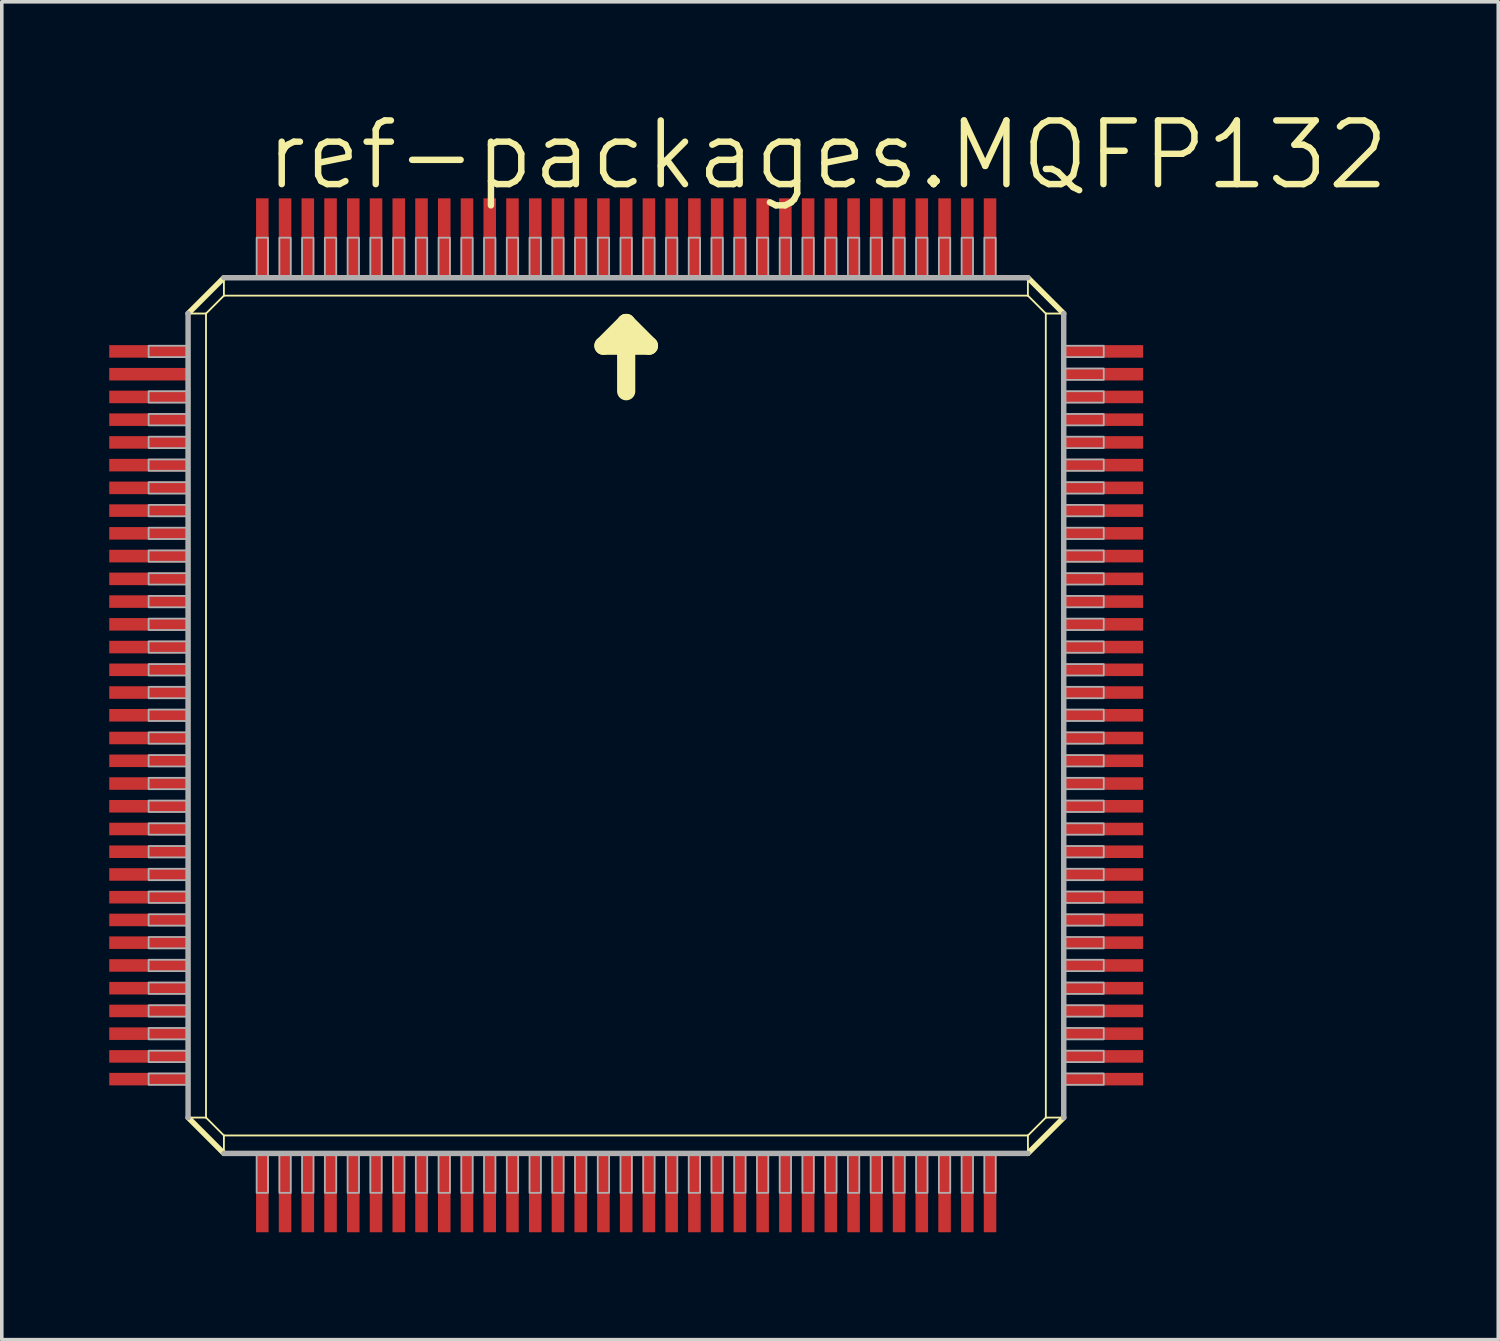
<source format=kicad_pcb>
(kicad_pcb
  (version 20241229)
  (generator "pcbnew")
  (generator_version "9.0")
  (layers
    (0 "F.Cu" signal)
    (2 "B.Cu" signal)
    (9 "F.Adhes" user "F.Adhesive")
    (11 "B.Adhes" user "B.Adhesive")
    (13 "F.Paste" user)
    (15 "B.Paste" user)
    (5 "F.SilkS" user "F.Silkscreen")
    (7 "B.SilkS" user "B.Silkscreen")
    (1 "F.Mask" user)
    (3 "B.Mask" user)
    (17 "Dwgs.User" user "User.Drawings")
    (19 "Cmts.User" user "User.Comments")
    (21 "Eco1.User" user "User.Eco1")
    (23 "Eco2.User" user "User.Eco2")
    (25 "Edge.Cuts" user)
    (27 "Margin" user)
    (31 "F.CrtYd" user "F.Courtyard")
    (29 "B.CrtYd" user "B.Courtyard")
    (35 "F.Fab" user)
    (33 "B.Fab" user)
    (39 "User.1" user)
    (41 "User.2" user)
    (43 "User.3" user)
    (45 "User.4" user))
  (footprint "ref-packages.MQFP132"
    (layer "F.Cu")
    (at 14.435 16.288)
    (property "Reference" "ref-packages.MQFP132" (at -10.16 -13.97 0) (layer "F.SilkS") (effects (font (size 1.778 1.778) (thickness 0.18)) (justify left bottom)))
    (attr smd)
    (fp_line (start -12.233 -10.583) (end -11.733 -10.583) (stroke (width 0.051) (type default)) (layer "F.SilkS"))
    (fp_line (start -12.233 -10.583) (end -11.233 -11.583) (stroke (width 0.152) (type default)) (layer "F.SilkS"))
    (fp_line (start -12.233 11.868) (end -11.733 11.868) (stroke (width 0.051) (type default)) (layer "F.SilkS"))
    (fp_line (start -11.733 -10.583) (end -11.233 -11.083) (stroke (width 0.051) (type default)) (layer "F.SilkS"))
    (fp_line (start -11.733 11.868) (end -11.733 -10.583) (stroke (width 0.051) (type default)) (layer "F.SilkS"))
    (fp_line (start -11.233 -11.583) (end -11.233 -11.083) (stroke (width 0.051) (type default)) (layer "F.SilkS"))
    (fp_line (start -11.233 -11.083) (end 11.217 -11.083) (stroke (width 0.051) (type default)) (layer "F.SilkS"))
    (fp_line (start -11.233 12.368) (end -11.733 11.868) (stroke (width 0.051) (type default)) (layer "F.SilkS"))
    (fp_line (start -11.233 12.868) (end -12.233 11.868) (stroke (width 0.152) (type default)) (layer "F.SilkS"))
    (fp_line (start -11.233 12.868) (end -11.233 12.368) (stroke (width 0.051) (type default)) (layer "F.SilkS"))
    (fp_line (start -0.635 -9.684) (end 0 -10.319) (stroke (width 0.508) (type default)) (layer "F.SilkS"))
    (fp_line (start 0 -10.319) (end 0 -8.414) (stroke (width 0.508) (type default)) (layer "F.SilkS"))
    (fp_line (start 0 -10.319) (end 0.635 -9.684) (stroke (width 0.508) (type default)) (layer "F.SilkS"))
    (fp_line (start 0.635 -9.684) (end -0.635 -9.684) (stroke (width 0.508) (type default)) (layer "F.SilkS"))
    (fp_line (start 11.217 -11.583) (end 11.217 -11.083) (stroke (width 0.051) (type default)) (layer "F.SilkS"))
    (fp_line (start 11.217 -11.583) (end 12.217 -10.583) (stroke (width 0.152) (type default)) (layer "F.SilkS"))
    (fp_line (start 11.217 -11.083) (end 11.717 -10.583) (stroke (width 0.051) (type default)) (layer "F.SilkS"))
    (fp_line (start 11.218 12.368) (end -11.233 12.368) (stroke (width 0.051) (type default)) (layer "F.SilkS"))
    (fp_line (start 11.218 12.868) (end 11.218 12.368) (stroke (width 0.051) (type default)) (layer "F.SilkS"))
    (fp_line (start 11.717 -10.583) (end 11.718 11.868) (stroke (width 0.051) (type default)) (layer "F.SilkS"))
    (fp_line (start 11.718 11.868) (end 11.218 12.368) (stroke (width 0.051) (type default)) (layer "F.SilkS"))
    (fp_line (start 12.217 -10.583) (end 11.717 -10.583) (stroke (width 0.051) (type default)) (layer "F.SilkS"))
    (fp_line (start 12.218 11.868) (end 11.218 12.868) (stroke (width 0.152) (type default)) (layer "F.SilkS"))
    (fp_line (start 12.218 11.868) (end 11.718 11.868) (stroke (width 0.051) (type default)) (layer "F.SilkS"))
    (fp_line (start -12.233 11.868) (end -12.233 -10.583) (stroke (width 0.152) (type default)) (layer "F.Fab"))
    (fp_line (start -11.233 -11.583) (end 11.217 -11.583) (stroke (width 0.152) (type default)) (layer "F.Fab"))
    (fp_line (start 11.218 12.868) (end -11.233 12.868) (stroke (width 0.152) (type default)) (layer "F.Fab"))
    (fp_line (start 12.217 -10.583) (end 12.218 11.868) (stroke (width 0.152) (type default)) (layer "F.Fab"))
    (fp_rect (start -13.335 -9.366) (end -12.224 -9.684) (stroke (width 0.05) (type default)) (fill no) (layer "F.Fab"))
    (fp_rect (start -13.335 -8.096) (end -12.224 -8.414) (stroke (width 0.05) (type default)) (fill no) (layer "F.Fab"))
    (fp_rect (start -13.335 -7.461) (end -12.224 -7.779) (stroke (width 0.05) (type default)) (fill no) (layer "F.Fab"))
    (fp_rect (start -13.335 -6.826) (end -12.224 -7.144) (stroke (width 0.05) (type default)) (fill no) (layer "F.Fab"))
    (fp_rect (start -13.335 -6.191) (end -12.224 -6.509) (stroke (width 0.05) (type default)) (fill no) (layer "F.Fab"))
    (fp_rect (start -13.335 -5.556) (end -12.224 -5.874) (stroke (width 0.05) (type default)) (fill no) (layer "F.Fab"))
    (fp_rect (start -13.335 -4.921) (end -12.224 -5.239) (stroke (width 0.05) (type default)) (fill no) (layer "F.Fab"))
    (fp_rect (start -13.335 -4.286) (end -12.224 -4.604) (stroke (width 0.05) (type default)) (fill no) (layer "F.Fab"))
    (fp_rect (start -13.335 -3.651) (end -12.224 -3.969) (stroke (width 0.05) (type default)) (fill no) (layer "F.Fab"))
    (fp_rect (start -13.335 -3.016) (end -12.224 -3.334) (stroke (width 0.05) (type default)) (fill no) (layer "F.Fab"))
    (fp_rect (start -13.335 -2.381) (end -12.224 -2.699) (stroke (width 0.05) (type default)) (fill no) (layer "F.Fab"))
    (fp_rect (start -13.335 -1.746) (end -12.224 -2.064) (stroke (width 0.05) (type default)) (fill no) (layer "F.Fab"))
    (fp_rect (start -13.335 -1.111) (end -12.224 -1.429) (stroke (width 0.05) (type default)) (fill no) (layer "F.Fab"))
    (fp_rect (start -13.335 -0.476) (end -12.224 -0.794) (stroke (width 0.05) (type default)) (fill no) (layer "F.Fab"))
    (fp_rect (start -13.335 0.159) (end -12.224 -0.159) (stroke (width 0.05) (type default)) (fill no) (layer "F.Fab"))
    (fp_rect (start -13.335 0.794) (end -12.224 0.476) (stroke (width 0.05) (type default)) (fill no) (layer "F.Fab"))
    (fp_rect (start -13.335 1.429) (end -12.224 1.111) (stroke (width 0.05) (type default)) (fill no) (layer "F.Fab"))
    (fp_rect (start -13.335 2.064) (end -12.224 1.746) (stroke (width 0.05) (type default)) (fill no) (layer "F.Fab"))
    (fp_rect (start -13.335 2.699) (end -12.224 2.381) (stroke (width 0.05) (type default)) (fill no) (layer "F.Fab"))
    (fp_rect (start -13.335 3.334) (end -12.224 3.016) (stroke (width 0.05) (type default)) (fill no) (layer "F.Fab"))
    (fp_rect (start -13.335 3.969) (end -12.224 3.651) (stroke (width 0.05) (type default)) (fill no) (layer "F.Fab"))
    (fp_rect (start -13.335 4.604) (end -12.224 4.286) (stroke (width 0.05) (type default)) (fill no) (layer "F.Fab"))
    (fp_rect (start -13.335 5.239) (end -12.224 4.921) (stroke (width 0.05) (type default)) (fill no) (layer "F.Fab"))
    (fp_rect (start -13.335 5.874) (end -12.224 5.556) (stroke (width 0.05) (type default)) (fill no) (layer "F.Fab"))
    (fp_rect (start -13.335 6.509) (end -12.224 6.191) (stroke (width 0.05) (type default)) (fill no) (layer "F.Fab"))
    (fp_rect (start -13.335 7.144) (end -12.224 6.826) (stroke (width 0.05) (type default)) (fill no) (layer "F.Fab"))
    (fp_rect (start -13.335 7.779) (end -12.224 7.461) (stroke (width 0.05) (type default)) (fill no) (layer "F.Fab"))
    (fp_rect (start -13.335 8.414) (end -12.224 8.096) (stroke (width 0.05) (type default)) (fill no) (layer "F.Fab"))
    (fp_rect (start -13.335 9.049) (end -12.224 8.731) (stroke (width 0.05) (type default)) (fill no) (layer "F.Fab"))
    (fp_rect (start -13.335 9.684) (end -12.224 9.366) (stroke (width 0.05) (type default)) (fill no) (layer "F.Fab"))
    (fp_rect (start -13.335 10.319) (end -12.224 10.001) (stroke (width 0.05) (type default)) (fill no) (layer "F.Fab"))
    (fp_rect (start -13.335 10.954) (end -12.224 10.636) (stroke (width 0.05) (type default)) (fill no) (layer "F.Fab"))
    (fp_rect (start -10.319 -11.589) (end -10.001 -12.7) (stroke (width 0.05) (type default)) (fill no) (layer "F.Fab"))
    (fp_rect (start -10.319 13.97) (end -10.001 12.859) (stroke (width 0.05) (type default)) (fill no) (layer "F.Fab"))
    (fp_rect (start -9.684 -11.589) (end -9.366 -12.7) (stroke (width 0.05) (type default)) (fill no) (layer "F.Fab"))
    (fp_rect (start -9.684 13.97) (end -9.366 12.859) (stroke (width 0.05) (type default)) (fill no) (layer "F.Fab"))
    (fp_rect (start -9.049 -11.589) (end -8.731 -12.7) (stroke (width 0.05) (type default)) (fill no) (layer "F.Fab"))
    (fp_rect (start -9.049 13.97) (end -8.731 12.859) (stroke (width 0.05) (type default)) (fill no) (layer "F.Fab"))
    (fp_rect (start -8.414 -11.589) (end -8.096 -12.7) (stroke (width 0.05) (type default)) (fill no) (layer "F.Fab"))
    (fp_rect (start -8.414 13.97) (end -8.096 12.859) (stroke (width 0.05) (type default)) (fill no) (layer "F.Fab"))
    (fp_rect (start -7.779 -11.589) (end -7.461 -12.7) (stroke (width 0.05) (type default)) (fill no) (layer "F.Fab"))
    (fp_rect (start -7.779 13.97) (end -7.461 12.859) (stroke (width 0.05) (type default)) (fill no) (layer "F.Fab"))
    (fp_rect (start -7.144 -11.589) (end -6.826 -12.7) (stroke (width 0.05) (type default)) (fill no) (layer "F.Fab"))
    (fp_rect (start -7.144 13.97) (end -6.826 12.859) (stroke (width 0.05) (type default)) (fill no) (layer "F.Fab"))
    (fp_rect (start -6.509 -11.589) (end -6.191 -12.7) (stroke (width 0.05) (type default)) (fill no) (layer "F.Fab"))
    (fp_rect (start -6.509 13.97) (end -6.191 12.859) (stroke (width 0.05) (type default)) (fill no) (layer "F.Fab"))
    (fp_rect (start -5.874 -11.589) (end -5.556 -12.7) (stroke (width 0.05) (type default)) (fill no) (layer "F.Fab"))
    (fp_rect (start -5.874 13.97) (end -5.556 12.859) (stroke (width 0.05) (type default)) (fill no) (layer "F.Fab"))
    (fp_rect (start -5.239 -11.589) (end -4.921 -12.7) (stroke (width 0.05) (type default)) (fill no) (layer "F.Fab"))
    (fp_rect (start -5.239 13.97) (end -4.921 12.859) (stroke (width 0.05) (type default)) (fill no) (layer "F.Fab"))
    (fp_rect (start -4.604 -11.589) (end -4.286 -12.7) (stroke (width 0.05) (type default)) (fill no) (layer "F.Fab"))
    (fp_rect (start -4.604 13.97) (end -4.286 12.859) (stroke (width 0.05) (type default)) (fill no) (layer "F.Fab"))
    (fp_rect (start -3.969 -11.589) (end -3.651 -12.7) (stroke (width 0.05) (type default)) (fill no) (layer "F.Fab"))
    (fp_rect (start -3.969 13.97) (end -3.651 12.859) (stroke (width 0.05) (type default)) (fill no) (layer "F.Fab"))
    (fp_rect (start -3.334 -11.589) (end -3.016 -12.7) (stroke (width 0.05) (type default)) (fill no) (layer "F.Fab"))
    (fp_rect (start -3.334 13.97) (end -3.016 12.859) (stroke (width 0.05) (type default)) (fill no) (layer "F.Fab"))
    (fp_rect (start -2.699 -11.589) (end -2.381 -12.7) (stroke (width 0.05) (type default)) (fill no) (layer "F.Fab"))
    (fp_rect (start -2.699 13.97) (end -2.381 12.859) (stroke (width 0.05) (type default)) (fill no) (layer "F.Fab"))
    (fp_rect (start -2.064 -11.589) (end -1.746 -12.7) (stroke (width 0.05) (type default)) (fill no) (layer "F.Fab"))
    (fp_rect (start -2.064 13.97) (end -1.746 12.859) (stroke (width 0.05) (type default)) (fill no) (layer "F.Fab"))
    (fp_rect (start -1.429 -11.589) (end -1.111 -12.7) (stroke (width 0.05) (type default)) (fill no) (layer "F.Fab"))
    (fp_rect (start -1.429 13.97) (end -1.111 12.859) (stroke (width 0.05) (type default)) (fill no) (layer "F.Fab"))
    (fp_rect (start -0.794 -11.589) (end -0.476 -12.7) (stroke (width 0.05) (type default)) (fill no) (layer "F.Fab"))
    (fp_rect (start -0.794 13.97) (end -0.476 12.859) (stroke (width 0.05) (type default)) (fill no) (layer "F.Fab"))
    (fp_rect (start -0.159 -11.589) (end 0.159 -12.7) (stroke (width 0.05) (type default)) (fill no) (layer "F.Fab"))
    (fp_rect (start -0.159 13.97) (end 0.159 12.859) (stroke (width 0.05) (type default)) (fill no) (layer "F.Fab"))
    (fp_rect (start 0.476 -11.589) (end 0.794 -12.7) (stroke (width 0.05) (type default)) (fill no) (layer "F.Fab"))
    (fp_rect (start 0.476 13.97) (end 0.794 12.859) (stroke (width 0.05) (type default)) (fill no) (layer "F.Fab"))
    (fp_rect (start 1.111 -11.589) (end 1.429 -12.7) (stroke (width 0.05) (type default)) (fill no) (layer "F.Fab"))
    (fp_rect (start 1.111 13.97) (end 1.429 12.859) (stroke (width 0.05) (type default)) (fill no) (layer "F.Fab"))
    (fp_rect (start 1.746 -11.589) (end 2.064 -12.7) (stroke (width 0.05) (type default)) (fill no) (layer "F.Fab"))
    (fp_rect (start 1.746 13.97) (end 2.064 12.859) (stroke (width 0.05) (type default)) (fill no) (layer "F.Fab"))
    (fp_rect (start 2.381 -11.589) (end 2.699 -12.7) (stroke (width 0.05) (type default)) (fill no) (layer "F.Fab"))
    (fp_rect (start 2.381 13.97) (end 2.699 12.859) (stroke (width 0.05) (type default)) (fill no) (layer "F.Fab"))
    (fp_rect (start 3.016 -11.589) (end 3.334 -12.7) (stroke (width 0.05) (type default)) (fill no) (layer "F.Fab"))
    (fp_rect (start 3.016 13.97) (end 3.334 12.859) (stroke (width 0.05) (type default)) (fill no) (layer "F.Fab"))
    (fp_rect (start 3.651 -11.589) (end 3.969 -12.7) (stroke (width 0.05) (type default)) (fill no) (layer "F.Fab"))
    (fp_rect (start 3.651 13.97) (end 3.969 12.859) (stroke (width 0.05) (type default)) (fill no) (layer "F.Fab"))
    (fp_rect (start 4.286 -11.589) (end 4.604 -12.7) (stroke (width 0.05) (type default)) (fill no) (layer "F.Fab"))
    (fp_rect (start 4.286 13.97) (end 4.604 12.859) (stroke (width 0.05) (type default)) (fill no) (layer "F.Fab"))
    (fp_rect (start 4.921 -11.589) (end 5.239 -12.7) (stroke (width 0.05) (type default)) (fill no) (layer "F.Fab"))
    (fp_rect (start 4.921 13.97) (end 5.239 12.859) (stroke (width 0.05) (type default)) (fill no) (layer "F.Fab"))
    (fp_rect (start 5.556 -11.589) (end 5.874 -12.7) (stroke (width 0.05) (type default)) (fill no) (layer "F.Fab"))
    (fp_rect (start 5.556 13.97) (end 5.874 12.859) (stroke (width 0.05) (type default)) (fill no) (layer "F.Fab"))
    (fp_rect (start 6.191 -11.589) (end 6.509 -12.7) (stroke (width 0.05) (type default)) (fill no) (layer "F.Fab"))
    (fp_rect (start 6.191 13.97) (end 6.509 12.859) (stroke (width 0.05) (type default)) (fill no) (layer "F.Fab"))
    (fp_rect (start 6.826 -11.589) (end 7.144 -12.7) (stroke (width 0.05) (type default)) (fill no) (layer "F.Fab"))
    (fp_rect (start 6.826 13.97) (end 7.144 12.859) (stroke (width 0.05) (type default)) (fill no) (layer "F.Fab"))
    (fp_rect (start 7.461 -11.589) (end 7.779 -12.7) (stroke (width 0.05) (type default)) (fill no) (layer "F.Fab"))
    (fp_rect (start 7.461 13.97) (end 7.779 12.859) (stroke (width 0.05) (type default)) (fill no) (layer "F.Fab"))
    (fp_rect (start 8.096 -11.589) (end 8.414 -12.7) (stroke (width 0.05) (type default)) (fill no) (layer "F.Fab"))
    (fp_rect (start 8.096 13.97) (end 8.414 12.859) (stroke (width 0.05) (type default)) (fill no) (layer "F.Fab"))
    (fp_rect (start 8.731 -11.589) (end 9.049 -12.7) (stroke (width 0.05) (type default)) (fill no) (layer "F.Fab"))
    (fp_rect (start 8.731 13.97) (end 9.049 12.859) (stroke (width 0.05) (type default)) (fill no) (layer "F.Fab"))
    (fp_rect (start 9.366 -11.589) (end 9.684 -12.7) (stroke (width 0.05) (type default)) (fill no) (layer "F.Fab"))
    (fp_rect (start 9.366 13.97) (end 9.684 12.859) (stroke (width 0.05) (type default)) (fill no) (layer "F.Fab"))
    (fp_rect (start 10.001 -11.589) (end 10.319 -12.7) (stroke (width 0.05) (type default)) (fill no) (layer "F.Fab"))
    (fp_rect (start 10.001 13.97) (end 10.319 12.859) (stroke (width 0.05) (type default)) (fill no) (layer "F.Fab"))
    (fp_rect (start 12.224 -9.366) (end 13.335 -9.684) (stroke (width 0.05) (type default)) (fill no) (layer "F.Fab"))
    (fp_rect (start 12.224 -8.731) (end 13.335 -9.049) (stroke (width 0.05) (type default)) (fill no) (layer "F.Fab"))
    (fp_rect (start 12.224 -8.096) (end 13.335 -8.414) (stroke (width 0.05) (type default)) (fill no) (layer "F.Fab"))
    (fp_rect (start 12.224 -7.461) (end 13.335 -7.779) (stroke (width 0.05) (type default)) (fill no) (layer "F.Fab"))
    (fp_rect (start 12.224 -6.826) (end 13.335 -7.144) (stroke (width 0.05) (type default)) (fill no) (layer "F.Fab"))
    (fp_rect (start 12.224 -6.191) (end 13.335 -6.509) (stroke (width 0.05) (type default)) (fill no) (layer "F.Fab"))
    (fp_rect (start 12.224 -5.556) (end 13.335 -5.874) (stroke (width 0.05) (type default)) (fill no) (layer "F.Fab"))
    (fp_rect (start 12.224 -4.921) (end 13.335 -5.239) (stroke (width 0.05) (type default)) (fill no) (layer "F.Fab"))
    (fp_rect (start 12.224 -4.286) (end 13.335 -4.604) (stroke (width 0.05) (type default)) (fill no) (layer "F.Fab"))
    (fp_rect (start 12.224 -3.651) (end 13.335 -3.969) (stroke (width 0.05) (type default)) (fill no) (layer "F.Fab"))
    (fp_rect (start 12.224 -3.016) (end 13.335 -3.334) (stroke (width 0.05) (type default)) (fill no) (layer "F.Fab"))
    (fp_rect (start 12.224 -2.381) (end 13.335 -2.699) (stroke (width 0.05) (type default)) (fill no) (layer "F.Fab"))
    (fp_rect (start 12.224 -1.746) (end 13.335 -2.064) (stroke (width 0.05) (type default)) (fill no) (layer "F.Fab"))
    (fp_rect (start 12.224 -1.111) (end 13.335 -1.429) (stroke (width 0.05) (type default)) (fill no) (layer "F.Fab"))
    (fp_rect (start 12.224 -0.476) (end 13.335 -0.794) (stroke (width 0.05) (type default)) (fill no) (layer "F.Fab"))
    (fp_rect (start 12.224 0.159) (end 13.335 -0.159) (stroke (width 0.05) (type default)) (fill no) (layer "F.Fab"))
    (fp_rect (start 12.224 0.794) (end 13.335 0.476) (stroke (width 0.05) (type default)) (fill no) (layer "F.Fab"))
    (fp_rect (start 12.224 1.429) (end 13.335 1.111) (stroke (width 0.05) (type default)) (fill no) (layer "F.Fab"))
    (fp_rect (start 12.224 2.064) (end 13.335 1.746) (stroke (width 0.05) (type default)) (fill no) (layer "F.Fab"))
    (fp_rect (start 12.224 2.699) (end 13.335 2.381) (stroke (width 0.05) (type default)) (fill no) (layer "F.Fab"))
    (fp_rect (start 12.224 3.334) (end 13.335 3.016) (stroke (width 0.05) (type default)) (fill no) (layer "F.Fab"))
    (fp_rect (start 12.224 3.969) (end 13.335 3.651) (stroke (width 0.05) (type default)) (fill no) (layer "F.Fab"))
    (fp_rect (start 12.224 4.604) (end 13.335 4.286) (stroke (width 0.05) (type default)) (fill no) (layer "F.Fab"))
    (fp_rect (start 12.224 5.239) (end 13.335 4.921) (stroke (width 0.05) (type default)) (fill no) (layer "F.Fab"))
    (fp_rect (start 12.224 5.874) (end 13.335 5.556) (stroke (width 0.05) (type default)) (fill no) (layer "F.Fab"))
    (fp_rect (start 12.224 6.509) (end 13.335 6.191) (stroke (width 0.05) (type default)) (fill no) (layer "F.Fab"))
    (fp_rect (start 12.224 7.144) (end 13.335 6.826) (stroke (width 0.05) (type default)) (fill no) (layer "F.Fab"))
    (fp_rect (start 12.224 7.779) (end 13.335 7.461) (stroke (width 0.05) (type default)) (fill no) (layer "F.Fab"))
    (fp_rect (start 12.224 8.414) (end 13.335 8.096) (stroke (width 0.05) (type default)) (fill no) (layer "F.Fab"))
    (fp_rect (start 12.224 9.049) (end 13.335 8.731) (stroke (width 0.05) (type default)) (fill no) (layer "F.Fab"))
    (fp_rect (start 12.224 9.684) (end 13.335 9.366) (stroke (width 0.05) (type default)) (fill no) (layer "F.Fab"))
    (fp_rect (start 12.224 10.319) (end 13.335 10.001) (stroke (width 0.05) (type default)) (fill no) (layer "F.Fab"))
    (fp_rect (start 12.224 10.954) (end 13.335 10.636) (stroke (width 0.05) (type default)) (fill no) (layer "F.Fab"))
    (pad "1" smd roundrect (at 0 -12.7) (size 0.35 2.2) (layers "F.Cu" "F.Mask" "F.Paste") (roundrect_rratio 0.01))
    (pad "2" smd roundrect (at -0.635 -12.7) (size 0.35 2.2) (layers "F.Cu" "F.Mask" "F.Paste") (roundrect_rratio 0.01))
    (pad "3" smd roundrect (at -1.27 -12.7) (size 0.35 2.2) (layers "F.Cu" "F.Mask" "F.Paste") (roundrect_rratio 0.01))
    (pad "4" smd roundrect (at -1.905 -12.7) (size 0.35 2.2) (layers "F.Cu" "F.Mask" "F.Paste") (roundrect_rratio 0.01))
    (pad "5" smd roundrect (at -2.54 -12.7) (size 0.35 2.2) (layers "F.Cu" "F.Mask" "F.Paste") (roundrect_rratio 0.01))
    (pad "6" smd roundrect (at -3.175 -12.7) (size 0.35 2.2) (layers "F.Cu" "F.Mask" "F.Paste") (roundrect_rratio 0.01))
    (pad "7" smd roundrect (at -3.81 -12.7) (size 0.35 2.2) (layers "F.Cu" "F.Mask" "F.Paste") (roundrect_rratio 0.01))
    (pad "8" smd roundrect (at -4.445 -12.7) (size 0.35 2.2) (layers "F.Cu" "F.Mask" "F.Paste") (roundrect_rratio 0.01))
    (pad "9" smd roundrect (at -5.08 -12.7) (size 0.35 2.2) (layers "F.Cu" "F.Mask" "F.Paste") (roundrect_rratio 0.01))
    (pad "10" smd roundrect (at -5.715 -12.7) (size 0.35 2.2) (layers "F.Cu" "F.Mask" "F.Paste") (roundrect_rratio 0.01))
    (pad "11" smd roundrect (at -6.35 -12.7) (size 0.35 2.2) (layers "F.Cu" "F.Mask" "F.Paste") (roundrect_rratio 0.01))
    (pad "12" smd roundrect (at -6.985 -12.7) (size 0.35 2.2) (layers "F.Cu" "F.Mask" "F.Paste") (roundrect_rratio 0.01))
    (pad "13" smd roundrect (at -7.62 -12.7) (size 0.35 2.2) (layers "F.Cu" "F.Mask" "F.Paste") (roundrect_rratio 0.01))
    (pad "14" smd roundrect (at -8.255 -12.7) (size 0.35 2.2) (layers "F.Cu" "F.Mask" "F.Paste") (roundrect_rratio 0.01))
    (pad "15" smd roundrect (at -8.89 -12.7) (size 0.35 2.2) (layers "F.Cu" "F.Mask" "F.Paste") (roundrect_rratio 0.01))
    (pad "16" smd roundrect (at -9.525 -12.7) (size 0.35 2.2) (layers "F.Cu" "F.Mask" "F.Paste") (roundrect_rratio 0.01))
    (pad "17" smd roundrect (at -10.16 -12.7) (size 0.35 2.2) (layers "F.Cu" "F.Mask" "F.Paste") (roundrect_rratio 0.01))
    (pad "18" smd roundrect (at -13.335 -9.525) (size 2.2 0.35) (layers "F.Cu" "F.Mask" "F.Paste") (roundrect_rratio 0.01))
    (pad "19" smd roundrect (at -13.335 -8.89) (size 2.2 0.35) (layers "F.Cu" "F.Mask" "F.Paste") (roundrect_rratio 0.01))
    (pad "20" smd roundrect (at -13.335 -8.255) (size 2.2 0.35) (layers "F.Cu" "F.Mask" "F.Paste") (roundrect_rratio 0.01))
    (pad "21" smd roundrect (at -13.335 -7.62) (size 2.2 0.35) (layers "F.Cu" "F.Mask" "F.Paste") (roundrect_rratio 0.01))
    (pad "22" smd roundrect (at -13.335 -6.985) (size 2.2 0.35) (layers "F.Cu" "F.Mask" "F.Paste") (roundrect_rratio 0.01))
    (pad "23" smd roundrect (at -13.335 -6.35) (size 2.2 0.35) (layers "F.Cu" "F.Mask" "F.Paste") (roundrect_rratio 0.01))
    (pad "24" smd roundrect (at -13.335 -5.715) (size 2.2 0.35) (layers "F.Cu" "F.Mask" "F.Paste") (roundrect_rratio 0.01))
    (pad "25" smd roundrect (at -13.335 -5.08) (size 2.2 0.35) (layers "F.Cu" "F.Mask" "F.Paste") (roundrect_rratio 0.01))
    (pad "26" smd roundrect (at -13.335 -4.445) (size 2.2 0.35) (layers "F.Cu" "F.Mask" "F.Paste") (roundrect_rratio 0.01))
    (pad "27" smd roundrect (at -13.335 -3.81) (size 2.2 0.35) (layers "F.Cu" "F.Mask" "F.Paste") (roundrect_rratio 0.01))
    (pad "28" smd roundrect (at -13.335 -3.175) (size 2.2 0.35) (layers "F.Cu" "F.Mask" "F.Paste") (roundrect_rratio 0.01))
    (pad "29" smd roundrect (at -13.335 -2.54) (size 2.2 0.35) (layers "F.Cu" "F.Mask" "F.Paste") (roundrect_rratio 0.01))
    (pad "30" smd roundrect (at -13.335 -1.905) (size 2.2 0.35) (layers "F.Cu" "F.Mask" "F.Paste") (roundrect_rratio 0.01))
    (pad "31" smd roundrect (at -13.335 -1.27) (size 2.2 0.35) (layers "F.Cu" "F.Mask" "F.Paste") (roundrect_rratio 0.01))
    (pad "32" smd roundrect (at -13.335 -0.635) (size 2.2 0.35) (layers "F.Cu" "F.Mask" "F.Paste") (roundrect_rratio 0.01))
    (pad "33" smd roundrect (at -13.335 0) (size 2.2 0.35) (layers "F.Cu" "F.Mask" "F.Paste") (roundrect_rratio 0.01))
    (pad "34" smd roundrect (at -13.335 0.635) (size 2.2 0.35) (layers "F.Cu" "F.Mask" "F.Paste") (roundrect_rratio 0.01))
    (pad "35" smd roundrect (at -13.335 1.27) (size 2.2 0.35) (layers "F.Cu" "F.Mask" "F.Paste") (roundrect_rratio 0.01))
    (pad "36" smd roundrect (at -13.335 1.905) (size 2.2 0.35) (layers "F.Cu" "F.Mask" "F.Paste") (roundrect_rratio 0.01))
    (pad "37" smd roundrect (at -13.335 2.54) (size 2.2 0.35) (layers "F.Cu" "F.Mask" "F.Paste") (roundrect_rratio 0.01))
    (pad "38" smd roundrect (at -13.335 3.175) (size 2.2 0.35) (layers "F.Cu" "F.Mask" "F.Paste") (roundrect_rratio 0.01))
    (pad "39" smd roundrect (at -13.335 3.81) (size 2.2 0.35) (layers "F.Cu" "F.Mask" "F.Paste") (roundrect_rratio 0.01))
    (pad "40" smd roundrect (at -13.335 4.445) (size 2.2 0.35) (layers "F.Cu" "F.Mask" "F.Paste") (roundrect_rratio 0.01))
    (pad "41" smd roundrect (at -13.335 5.08) (size 2.2 0.35) (layers "F.Cu" "F.Mask" "F.Paste") (roundrect_rratio 0.01))
    (pad "42" smd roundrect (at -13.335 5.715) (size 2.2 0.35) (layers "F.Cu" "F.Mask" "F.Paste") (roundrect_rratio 0.01))
    (pad "43" smd roundrect (at -13.335 6.35) (size 2.2 0.35) (layers "F.Cu" "F.Mask" "F.Paste") (roundrect_rratio 0.01))
    (pad "44" smd roundrect (at -13.335 6.985) (size 2.2 0.35) (layers "F.Cu" "F.Mask" "F.Paste") (roundrect_rratio 0.01))
    (pad "45" smd roundrect (at -13.335 7.62) (size 2.2 0.35) (layers "F.Cu" "F.Mask" "F.Paste") (roundrect_rratio 0.01))
    (pad "46" smd roundrect (at -13.335 8.255) (size 2.2 0.35) (layers "F.Cu" "F.Mask" "F.Paste") (roundrect_rratio 0.01))
    (pad "47" smd roundrect (at -13.335 8.89) (size 2.2 0.35) (layers "F.Cu" "F.Mask" "F.Paste") (roundrect_rratio 0.01))
    (pad "48" smd roundrect (at -13.335 9.525) (size 2.2 0.35) (layers "F.Cu" "F.Mask" "F.Paste") (roundrect_rratio 0.01))
    (pad "49" smd roundrect (at -13.335 10.16) (size 2.2 0.35) (layers "F.Cu" "F.Mask" "F.Paste") (roundrect_rratio 0.01))
    (pad "50" smd roundrect (at -13.335 10.795) (size 2.2 0.35) (layers "F.Cu" "F.Mask" "F.Paste") (roundrect_rratio 0.01))
    (pad "51" smd roundrect (at -10.16 13.97) (size 0.35 2.2) (layers "F.Cu" "F.Mask" "F.Paste") (roundrect_rratio 0.01))
    (pad "52" smd roundrect (at -9.525 13.97) (size 0.35 2.2) (layers "F.Cu" "F.Mask" "F.Paste") (roundrect_rratio 0.01))
    (pad "53" smd roundrect (at -8.89 13.97) (size 0.35 2.2) (layers "F.Cu" "F.Mask" "F.Paste") (roundrect_rratio 0.01))
    (pad "54" smd roundrect (at -8.255 13.97) (size 0.35 2.2) (layers "F.Cu" "F.Mask" "F.Paste") (roundrect_rratio 0.01))
    (pad "55" smd roundrect (at -7.62 13.97) (size 0.35 2.2) (layers "F.Cu" "F.Mask" "F.Paste") (roundrect_rratio 0.01))
    (pad "56" smd roundrect (at -6.985 13.97) (size 0.35 2.2) (layers "F.Cu" "F.Mask" "F.Paste") (roundrect_rratio 0.01))
    (pad "57" smd roundrect (at -6.35 13.97) (size 0.35 2.2) (layers "F.Cu" "F.Mask" "F.Paste") (roundrect_rratio 0.01))
    (pad "58" smd roundrect (at -5.715 13.97) (size 0.35 2.2) (layers "F.Cu" "F.Mask" "F.Paste") (roundrect_rratio 0.01))
    (pad "59" smd roundrect (at -5.08 13.97) (size 0.35 2.2) (layers "F.Cu" "F.Mask" "F.Paste") (roundrect_rratio 0.01))
    (pad "60" smd roundrect (at -4.445 13.97) (size 0.35 2.2) (layers "F.Cu" "F.Mask" "F.Paste") (roundrect_rratio 0.01))
    (pad "61" smd roundrect (at -3.81 13.97) (size 0.35 2.2) (layers "F.Cu" "F.Mask" "F.Paste") (roundrect_rratio 0.01))
    (pad "62" smd roundrect (at -3.175 13.97) (size 0.35 2.2) (layers "F.Cu" "F.Mask" "F.Paste") (roundrect_rratio 0.01))
    (pad "63" smd roundrect (at -2.54 13.97) (size 0.35 2.2) (layers "F.Cu" "F.Mask" "F.Paste") (roundrect_rratio 0.01))
    (pad "64" smd roundrect (at -1.905 13.97) (size 0.35 2.2) (layers "F.Cu" "F.Mask" "F.Paste") (roundrect_rratio 0.01))
    (pad "65" smd roundrect (at -1.27 13.97) (size 0.35 2.2) (layers "F.Cu" "F.Mask" "F.Paste") (roundrect_rratio 0.01))
    (pad "66" smd roundrect (at -0.635 13.97) (size 0.35 2.2) (layers "F.Cu" "F.Mask" "F.Paste") (roundrect_rratio 0.01))
    (pad "67" smd roundrect (at 0 13.97) (size 0.35 2.2) (layers "F.Cu" "F.Mask" "F.Paste") (roundrect_rratio 0.01))
    (pad "68" smd roundrect (at 0.635 13.97) (size 0.35 2.2) (layers "F.Cu" "F.Mask" "F.Paste") (roundrect_rratio 0.01))
    (pad "69" smd roundrect (at 1.27 13.97) (size 0.35 2.2) (layers "F.Cu" "F.Mask" "F.Paste") (roundrect_rratio 0.01))
    (pad "70" smd roundrect (at 1.905 13.97) (size 0.35 2.2) (layers "F.Cu" "F.Mask" "F.Paste") (roundrect_rratio 0.01))
    (pad "71" smd roundrect (at 2.54 13.97) (size 0.35 2.2) (layers "F.Cu" "F.Mask" "F.Paste") (roundrect_rratio 0.01))
    (pad "72" smd roundrect (at 3.175 13.97) (size 0.35 2.2) (layers "F.Cu" "F.Mask" "F.Paste") (roundrect_rratio 0.01))
    (pad "73" smd roundrect (at 3.81 13.97) (size 0.35 2.2) (layers "F.Cu" "F.Mask" "F.Paste") (roundrect_rratio 0.01))
    (pad "74" smd roundrect (at 4.445 13.97) (size 0.35 2.2) (layers "F.Cu" "F.Mask" "F.Paste") (roundrect_rratio 0.01))
    (pad "75" smd roundrect (at 5.08 13.97) (size 0.35 2.2) (layers "F.Cu" "F.Mask" "F.Paste") (roundrect_rratio 0.01))
    (pad "76" smd roundrect (at 5.715 13.97) (size 0.35 2.2) (layers "F.Cu" "F.Mask" "F.Paste") (roundrect_rratio 0.01))
    (pad "77" smd roundrect (at 6.35 13.97) (size 0.35 2.2) (layers "F.Cu" "F.Mask" "F.Paste") (roundrect_rratio 0.01))
    (pad "78" smd roundrect (at 6.985 13.97) (size 0.35 2.2) (layers "F.Cu" "F.Mask" "F.Paste") (roundrect_rratio 0.01))
    (pad "79" smd roundrect (at 7.62 13.97) (size 0.35 2.2) (layers "F.Cu" "F.Mask" "F.Paste") (roundrect_rratio 0.01))
    (pad "80" smd roundrect (at 8.255 13.97) (size 0.35 2.2) (layers "F.Cu" "F.Mask" "F.Paste") (roundrect_rratio 0.01))
    (pad "81" smd roundrect (at 8.89 13.97) (size 0.35 2.2) (layers "F.Cu" "F.Mask" "F.Paste") (roundrect_rratio 0.01))
    (pad "82" smd roundrect (at 9.525 13.97) (size 0.35 2.2) (layers "F.Cu" "F.Mask" "F.Paste") (roundrect_rratio 0.01))
    (pad "83" smd roundrect (at 10.16 13.97) (size 0.35 2.2) (layers "F.Cu" "F.Mask" "F.Paste") (roundrect_rratio 0.01))
    (pad "84" smd roundrect (at 13.335 10.795) (size 2.2 0.35) (layers "F.Cu" "F.Mask" "F.Paste") (roundrect_rratio 0.01))
    (pad "85" smd roundrect (at 13.335 10.16) (size 2.2 0.35) (layers "F.Cu" "F.Mask" "F.Paste") (roundrect_rratio 0.01))
    (pad "86" smd roundrect (at 13.335 9.525) (size 2.2 0.35) (layers "F.Cu" "F.Mask" "F.Paste") (roundrect_rratio 0.01))
    (pad "87" smd roundrect (at 13.335 8.89) (size 2.2 0.35) (layers "F.Cu" "F.Mask" "F.Paste") (roundrect_rratio 0.01))
    (pad "88" smd roundrect (at 13.335 8.255) (size 2.2 0.35) (layers "F.Cu" "F.Mask" "F.Paste") (roundrect_rratio 0.01))
    (pad "89" smd roundrect (at 13.335 7.62) (size 2.2 0.35) (layers "F.Cu" "F.Mask" "F.Paste") (roundrect_rratio 0.01))
    (pad "90" smd roundrect (at 13.335 6.985) (size 2.2 0.35) (layers "F.Cu" "F.Mask" "F.Paste") (roundrect_rratio 0.01))
    (pad "91" smd roundrect (at 13.335 6.35) (size 2.2 0.35) (layers "F.Cu" "F.Mask" "F.Paste") (roundrect_rratio 0.01))
    (pad "92" smd roundrect (at 13.335 5.715) (size 2.2 0.35) (layers "F.Cu" "F.Mask" "F.Paste") (roundrect_rratio 0.01))
    (pad "93" smd roundrect (at 13.335 5.08) (size 2.2 0.35) (layers "F.Cu" "F.Mask" "F.Paste") (roundrect_rratio 0.01))
    (pad "94" smd roundrect (at 13.335 4.445) (size 2.2 0.35) (layers "F.Cu" "F.Mask" "F.Paste") (roundrect_rratio 0.01))
    (pad "95" smd roundrect (at 13.335 3.81) (size 2.2 0.35) (layers "F.Cu" "F.Mask" "F.Paste") (roundrect_rratio 0.01))
    (pad "96" smd roundrect (at 13.335 3.175) (size 2.2 0.35) (layers "F.Cu" "F.Mask" "F.Paste") (roundrect_rratio 0.01))
    (pad "97" smd roundrect (at 13.335 2.54) (size 2.2 0.35) (layers "F.Cu" "F.Mask" "F.Paste") (roundrect_rratio 0.01))
    (pad "98" smd roundrect (at 13.335 1.905) (size 2.2 0.35) (layers "F.Cu" "F.Mask" "F.Paste") (roundrect_rratio 0.01))
    (pad "99" smd roundrect (at 13.335 1.27) (size 2.2 0.35) (layers "F.Cu" "F.Mask" "F.Paste") (roundrect_rratio 0.01))
    (pad "100" smd roundrect (at 13.335 0.635) (size 2.2 0.35) (layers "F.Cu" "F.Mask" "F.Paste") (roundrect_rratio 0.01))
    (pad "101" smd roundrect (at 13.335 0) (size 2.2 0.35) (layers "F.Cu" "F.Mask" "F.Paste") (roundrect_rratio 0.01))
    (pad "102" smd roundrect (at 13.335 -0.635) (size 2.2 0.35) (layers "F.Cu" "F.Mask" "F.Paste") (roundrect_rratio 0.01))
    (pad "103" smd roundrect (at 13.335 -1.27) (size 2.2 0.35) (layers "F.Cu" "F.Mask" "F.Paste") (roundrect_rratio 0.01))
    (pad "104" smd roundrect (at 13.335 -1.905) (size 2.2 0.35) (layers "F.Cu" "F.Mask" "F.Paste") (roundrect_rratio 0.01))
    (pad "105" smd roundrect (at 13.335 -2.54) (size 2.2 0.35) (layers "F.Cu" "F.Mask" "F.Paste") (roundrect_rratio 0.01))
    (pad "106" smd roundrect (at 13.335 -3.175) (size 2.2 0.35) (layers "F.Cu" "F.Mask" "F.Paste") (roundrect_rratio 0.01))
    (pad "107" smd roundrect (at 13.335 -3.81) (size 2.2 0.35) (layers "F.Cu" "F.Mask" "F.Paste") (roundrect_rratio 0.01))
    (pad "108" smd roundrect (at 13.335 -4.445) (size 2.2 0.35) (layers "F.Cu" "F.Mask" "F.Paste") (roundrect_rratio 0.01))
    (pad "109" smd roundrect (at 13.335 -5.08) (size 2.2 0.35) (layers "F.Cu" "F.Mask" "F.Paste") (roundrect_rratio 0.01))
    (pad "110" smd roundrect (at 13.335 -5.715) (size 2.2 0.35) (layers "F.Cu" "F.Mask" "F.Paste") (roundrect_rratio 0.01))
    (pad "111" smd roundrect (at 13.335 -6.35) (size 2.2 0.35) (layers "F.Cu" "F.Mask" "F.Paste") (roundrect_rratio 0.01))
    (pad "112" smd roundrect (at 13.335 -6.985) (size 2.2 0.35) (layers "F.Cu" "F.Mask" "F.Paste") (roundrect_rratio 0.01))
    (pad "113" smd roundrect (at 13.335 -7.62) (size 2.2 0.35) (layers "F.Cu" "F.Mask" "F.Paste") (roundrect_rratio 0.01))
    (pad "114" smd roundrect (at 13.335 -8.255) (size 2.2 0.35) (layers "F.Cu" "F.Mask" "F.Paste") (roundrect_rratio 0.01))
    (pad "115" smd roundrect (at 13.335 -8.89) (size 2.2 0.35) (layers "F.Cu" "F.Mask" "F.Paste") (roundrect_rratio 0.01))
    (pad "116" smd roundrect (at 13.335 -9.525) (size 2.2 0.35) (layers "F.Cu" "F.Mask" "F.Paste") (roundrect_rratio 0.01))
    (pad "117" smd roundrect (at 10.16 -12.7) (size 0.35 2.2) (layers "F.Cu" "F.Mask" "F.Paste") (roundrect_rratio 0.01))
    (pad "118" smd roundrect (at 9.525 -12.7) (size 0.35 2.2) (layers "F.Cu" "F.Mask" "F.Paste") (roundrect_rratio 0.01))
    (pad "119" smd roundrect (at 8.89 -12.7) (size 0.35 2.2) (layers "F.Cu" "F.Mask" "F.Paste") (roundrect_rratio 0.01))
    (pad "120" smd roundrect (at 8.255 -12.7) (size 0.35 2.2) (layers "F.Cu" "F.Mask" "F.Paste") (roundrect_rratio 0.01))
    (pad "121" smd roundrect (at 7.62 -12.7) (size 0.35 2.2) (layers "F.Cu" "F.Mask" "F.Paste") (roundrect_rratio 0.01))
    (pad "122" smd roundrect (at 6.985 -12.7) (size 0.35 2.2) (layers "F.Cu" "F.Mask" "F.Paste") (roundrect_rratio 0.01))
    (pad "123" smd roundrect (at 6.35 -12.7) (size 0.35 2.2) (layers "F.Cu" "F.Mask" "F.Paste") (roundrect_rratio 0.01))
    (pad "124" smd roundrect (at 5.715 -12.7) (size 0.35 2.2) (layers "F.Cu" "F.Mask" "F.Paste") (roundrect_rratio 0.01))
    (pad "125" smd roundrect (at 5.08 -12.7) (size 0.35 2.2) (layers "F.Cu" "F.Mask" "F.Paste") (roundrect_rratio 0.01))
    (pad "126" smd roundrect (at 4.445 -12.7) (size 0.35 2.2) (layers "F.Cu" "F.Mask" "F.Paste") (roundrect_rratio 0.01))
    (pad "127" smd roundrect (at 3.81 -12.7) (size 0.35 2.2) (layers "F.Cu" "F.Mask" "F.Paste") (roundrect_rratio 0.01))
    (pad "128" smd roundrect (at 3.175 -12.7) (size 0.35 2.2) (layers "F.Cu" "F.Mask" "F.Paste") (roundrect_rratio 0.01))
    (pad "129" smd roundrect (at 2.54 -12.7) (size 0.35 2.2) (layers "F.Cu" "F.Mask" "F.Paste") (roundrect_rratio 0.01))
    (pad "130" smd roundrect (at 1.905 -12.7) (size 0.35 2.2) (layers "F.Cu" "F.Mask" "F.Paste") (roundrect_rratio 0.01))
    (pad "131" smd roundrect (at 1.27 -12.7) (size 0.35 2.2) (layers "F.Cu" "F.Mask" "F.Paste") (roundrect_rratio 0.01))
    (pad "132" smd roundrect (at 0.635 -12.7) (size 0.35 2.2) (layers "F.Cu" "F.Mask" "F.Paste") (roundrect_rratio 0.01)))
  (gr_rect
    (start -3 -3)
    (end 38.786 34.358)
    (stroke (width 0.1) (type default))
    (fill no)
    (layer "Edge.Cuts")))
</source>
